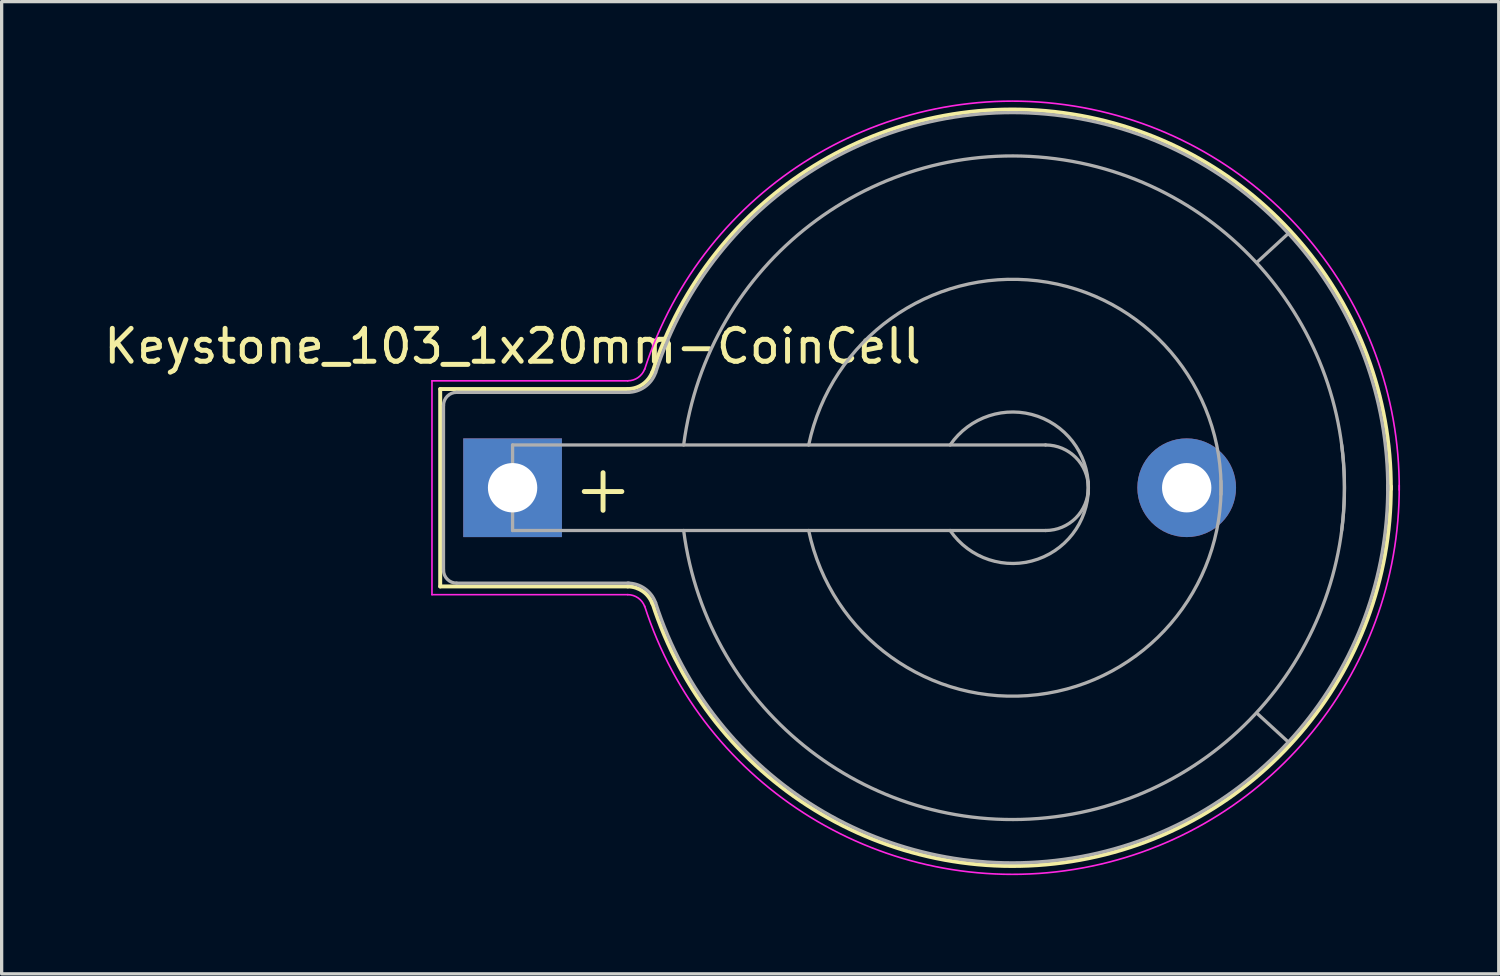
<source format=kicad_pcb>
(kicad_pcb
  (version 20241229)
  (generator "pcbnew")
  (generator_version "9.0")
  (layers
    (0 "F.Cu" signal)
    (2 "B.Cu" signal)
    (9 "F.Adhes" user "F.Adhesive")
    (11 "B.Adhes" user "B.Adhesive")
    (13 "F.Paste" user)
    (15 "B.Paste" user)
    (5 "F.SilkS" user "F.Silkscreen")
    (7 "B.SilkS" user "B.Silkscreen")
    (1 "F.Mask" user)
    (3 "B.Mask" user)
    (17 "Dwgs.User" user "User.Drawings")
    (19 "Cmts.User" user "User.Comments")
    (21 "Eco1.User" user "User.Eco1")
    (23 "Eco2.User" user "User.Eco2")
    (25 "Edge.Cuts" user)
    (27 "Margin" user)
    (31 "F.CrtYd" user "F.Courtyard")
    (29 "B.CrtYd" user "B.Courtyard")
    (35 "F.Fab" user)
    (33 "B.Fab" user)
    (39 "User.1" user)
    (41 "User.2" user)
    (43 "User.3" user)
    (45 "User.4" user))
  (footprint "Keystone_103_1x20mm-CoinCell"
    (layer "F.Cu")
    (at 12.53 11.775)
    (property "Reference" "Keystone_103_1x20mm-CoinCell" (at 0 -4.3 0) (layer "F.SilkS") (effects (font (size 1 1) (thickness 0.15))))
    (attr through_hole)
    (fp_line (start -2.2 -3) (end 3.5 -3) (stroke (width 0.12) (type solid)) (layer "F.SilkS"))
    (fp_line (start -2.2 3) (end -2.2 -3) (stroke (width 0.12) (type solid)) (layer "F.SilkS"))
    (fp_line (start -2.2 3) (end 3.5 3) (stroke (width 0.12) (type solid)) (layer "F.SilkS"))
    (fp_arc (start 3.5 3) (mid 3.958861 3.144678) (end 4.251754 3.526384) (stroke (width 0.12) (type solid)) (layer "F.SilkS"))
    (fp_arc (start 4.25 -3.5) (mid 16.993514 -11.35499) (end 26.695671 0.045281) (stroke (width 0.12) (type solid)) (layer "F.SilkS"))
    (fp_arc (start 4.251754 -3.526384) (mid 3.958861 -3.144678) (end 3.5 -3) (stroke (width 0.12) (type solid)) (layer "F.SilkS"))
    (fp_arc (start 26.695671 -0.045281) (mid 16.993514 11.35499) (end 4.25 3.5) (stroke (width 0.12) (type solid)) (layer "F.SilkS"))
    (fp_line (start -2.45 -3.25) (end 3.5 -3.25) (stroke (width 0.05) (type solid)) (layer "F.CrtYd"))
    (fp_line (start -2.45 3.25) (end -2.45 -3.25) (stroke (width 0.05) (type solid)) (layer "F.CrtYd"))
    (fp_line (start -2.45 3.25) (end 3.5 3.25) (stroke (width 0.05) (type solid)) (layer "F.CrtYd"))
    (fp_arc (start 3.5 3.25) (mid 3.815467 3.349466) (end 4.016831 3.611889) (stroke (width 0.05) (type solid)) (layer "F.CrtYd"))
    (fp_arc (start 4.015 -3.6) (mid 17.056602 -11.602468) (end 26.949865 0.069987) (stroke (width 0.05) (type solid)) (layer "F.CrtYd"))
    (fp_arc (start 4.016831 -3.611889) (mid 3.815467 -3.349466) (end 3.5 -3.25) (stroke (width 0.05) (type solid)) (layer "F.CrtYd"))
    (fp_arc (start 26.949865 -0.069987) (mid 17.056602 11.602468) (end 4.015 3.6) (stroke (width 0.05) (type solid)) (layer "F.CrtYd"))
    (fp_line (start -2.1 -2.5) (end -2.1 2.5) (stroke (width 0.1) (type solid)) (layer "F.Fab"))
    (fp_line (start -1.7 2.9) (end 3.531 2.9) (stroke (width 0.1) (type solid)) (layer "F.Fab"))
    (fp_line (start 0 -1.3) (end 0 1.3) (stroke (width 0.1) (type solid)) (layer "F.Fab"))
    (fp_line (start 0 1.3) (end 16.2 1.3) (stroke (width 0.1) (type solid)) (layer "F.Fab"))
    (fp_line (start 3.531 -2.9) (end -1.7 -2.9) (stroke (width 0.1) (type solid)) (layer "F.Fab"))
    (fp_line (start 16.2 -1.3) (end 0 -1.3) (stroke (width 0.1) (type solid)) (layer "F.Fab"))
    (fp_line (start 23.571 -7.722) (end 22.631 -6.858) (stroke (width 0.1) (type solid)) (layer "F.Fab"))
    (fp_line (start 23.571 7.722) (end 22.657 6.883) (stroke (width 0.1) (type solid)) (layer "F.Fab"))
    (fp_arc (start -2.1 -2.5) (mid -1.982843 -2.782843) (end -1.7 -2.9) (stroke (width 0.1) (type solid)) (layer "F.Fab"))
    (fp_arc (start -1.7 2.9) (mid -1.982843 2.782843) (end -2.1 2.5) (stroke (width 0.1) (type solid)) (layer "F.Fab"))
    (fp_arc (start 3.5 2.9) (mid 4.016219 3.062763) (end 4.345723 3.492182) (stroke (width 0.1) (type solid)) (layer "F.Fab"))
    (fp_arc (start 4.345723 -3.492182) (mid 4.016219 -3.062763) (end 3.5 -2.9) (stroke (width 0.1) (type solid)) (layer "F.Fab"))
    (fp_arc (start 4.35 -3.5) (mid 17.008726 -11.256154) (end 26.600299 0.075351) (stroke (width 0.1) (type solid)) (layer "F.Fab"))
    (fp_arc (start 5.2 -1.3) (mid 16.5 -10) (end 25.2 1.3) (stroke (width 0.1) (type solid)) (layer "F.Fab"))
    (fp_arc (start 9 -1.3) (mid 15.954687 -6.28971) (end 21.531551 0.203631) (stroke (width 0.1) (type solid)) (layer "F.Fab"))
    (fp_arc (start 13.3 -1.3) (mid 15.963947 -2.171724) (end 17.495448 0.175833) (stroke (width 0.1) (type solid)) (layer "F.Fab"))
    (fp_arc (start 16.2 -1.3) (mid 17.5 0) (end 16.2 1.3) (stroke (width 0.1) (type solid)) (layer "F.Fab"))
    (fp_arc (start 17.495448 -0.175833) (mid 15.963947 2.171724) (end 13.3 1.3) (stroke (width 0.1) (type solid)) (layer "F.Fab"))
    (fp_arc (start 21.531551 -0.203631) (mid 15.954687 6.28971) (end 9 1.3) (stroke (width 0.1) (type solid)) (layer "F.Fab"))
    (fp_arc (start 25.2 -1.3) (mid 16.5 10) (end 5.2 1.3) (stroke (width 0.1) (type solid)) (layer "F.Fab"))
    (fp_arc (start 26.600299 -0.075351) (mid 17.008726 11.256154) (end 4.35 3.5) (stroke (width 0.1) (type solid)) (layer "F.Fab"))
    (fp_text user "+" (at 2.75 0 0) (layer "F.SilkS") (effects (font (size 1.5 1.5) (thickness 0.15))))
    (pad "1" thru_hole rect (at 0 0) (size 3 3) (drill 1.5) (layers "*.Cu" "*.Mask"))
    (pad "2" thru_hole circle (at 20.49 0) (size 3 3) (drill 1.5) (layers "*.Cu" "*.Mask")))
  (gr_rect
    (start -3 -3)
    (end 42.505 26.55)
    (stroke (width 0.1) (type default))
    (fill no)
    (layer "Edge.Cuts")))
</source>
